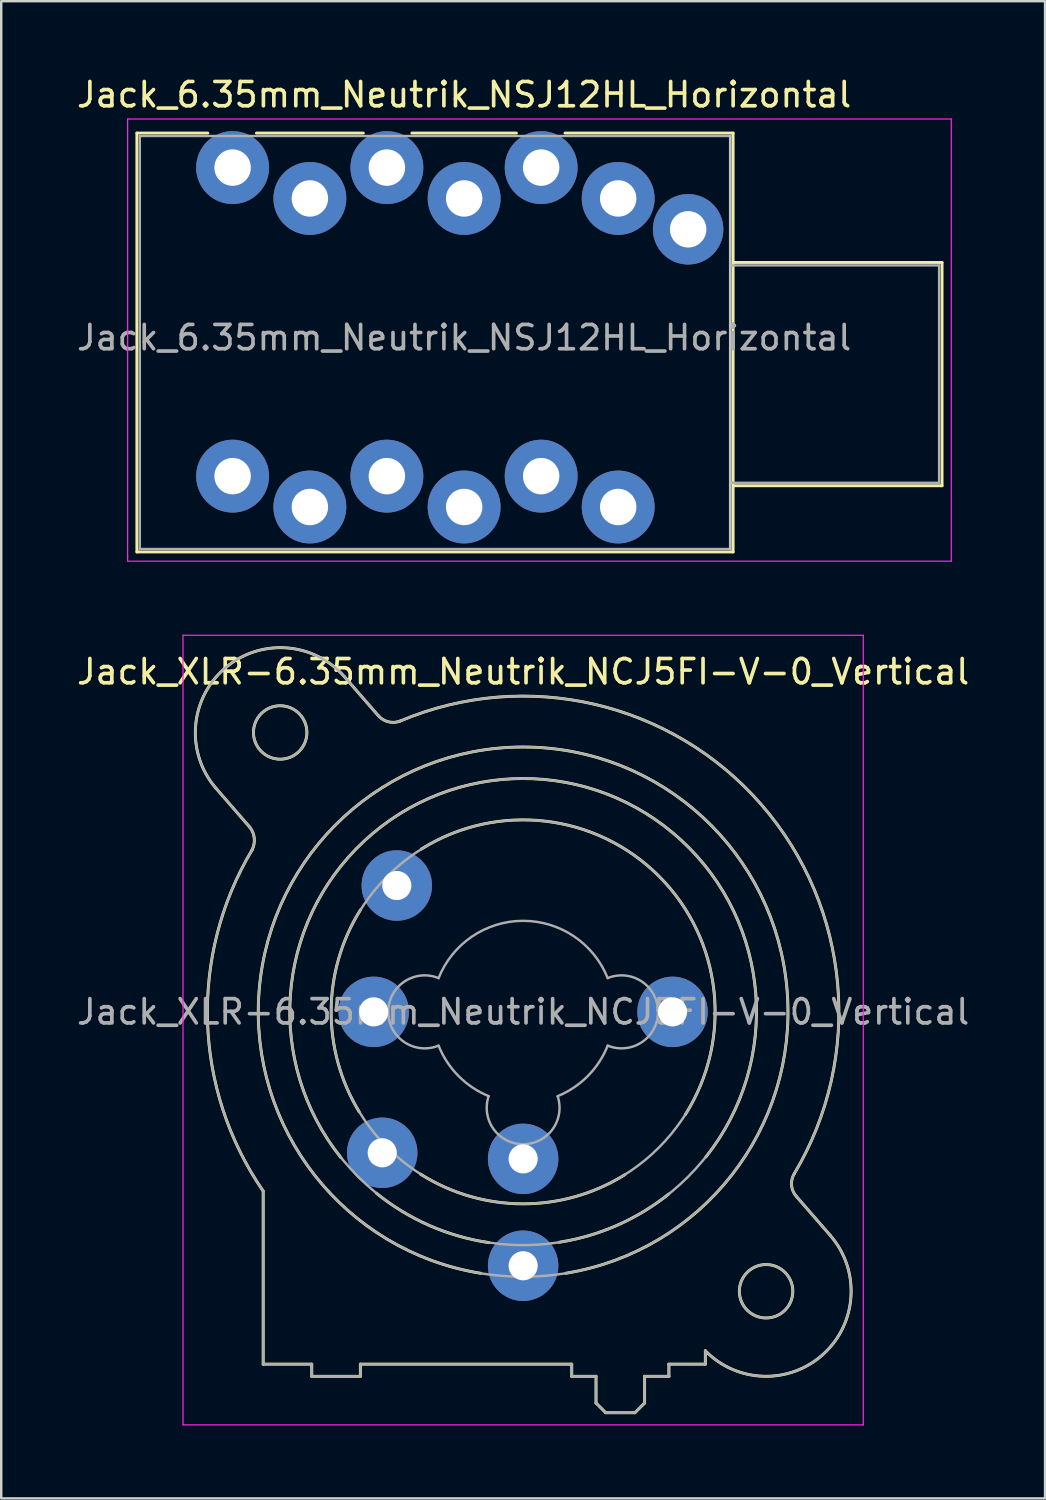
<source format=kicad_pcb>
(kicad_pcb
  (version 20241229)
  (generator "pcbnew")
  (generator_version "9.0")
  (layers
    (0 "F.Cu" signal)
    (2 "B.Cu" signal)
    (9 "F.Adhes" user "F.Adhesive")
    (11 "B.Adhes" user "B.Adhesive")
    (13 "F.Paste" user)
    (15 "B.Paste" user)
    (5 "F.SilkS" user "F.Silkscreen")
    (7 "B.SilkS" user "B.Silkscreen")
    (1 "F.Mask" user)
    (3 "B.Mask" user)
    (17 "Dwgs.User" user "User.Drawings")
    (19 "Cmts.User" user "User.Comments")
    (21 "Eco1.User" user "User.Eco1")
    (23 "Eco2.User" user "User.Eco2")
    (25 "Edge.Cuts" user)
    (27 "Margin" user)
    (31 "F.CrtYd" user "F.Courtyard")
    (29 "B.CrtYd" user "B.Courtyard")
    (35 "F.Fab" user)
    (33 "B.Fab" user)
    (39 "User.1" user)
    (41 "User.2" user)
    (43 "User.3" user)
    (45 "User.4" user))
  (footprint "Jack_6.35mm_Neutrik_NSJ12HL_Horizontal"
    (layer "F.Cu")
    (at 6.524 3.848)
    (property "Reference" "Jack_6.35mm_Neutrik_NSJ12HL_Horizontal" (at 9.53 -3 0) (layer "F.SilkS") (effects (font (size 1 1) (thickness 0.15))))
    (attr through_hole)
    (fp_line (start -3.94 -1.42) (end -1.02 -1.42) (stroke (width 0.12) (type solid)) (layer "F.SilkS"))
    (fp_line (start -3.94 15.82) (end -3.94 -1.42) (stroke (width 0.12) (type solid)) (layer "F.SilkS"))
    (fp_line (start -3.94 15.82) (end 20.6 15.82) (stroke (width 0.12) (type solid)) (layer "F.SilkS"))
    (fp_line (start 0.98 -1.42) (end 5.38 -1.42) (stroke (width 0.12) (type solid)) (layer "F.SilkS"))
    (fp_line (start 7.38 -1.42) (end 11.68 -1.42) (stroke (width 0.12) (type solid)) (layer "F.SilkS"))
    (fp_line (start 13.68 -1.42) (end 20.6 -1.42) (stroke (width 0.12) (type solid)) (layer "F.SilkS"))
    (fp_line (start 20.6 -1.42) (end 20.6 15.82) (stroke (width 0.12) (type solid)) (layer "F.SilkS"))
    (fp_line (start 29.2 3.905) (end 20.6 3.905) (stroke (width 0.12) (type solid)) (layer "F.SilkS"))
    (fp_line (start 29.2 13.095) (end 20.6 13.095) (stroke (width 0.12) (type solid)) (layer "F.SilkS"))
    (fp_line (start 29.2 13.095) (end 29.2 3.905) (stroke (width 0.12) (type solid)) (layer "F.SilkS"))
    (fp_line (start 20.48 -1.3) (end 20.48 15.7) (stroke (width 0.1) (type solid)) (layer "Dwgs.User"))
    (fp_line (start -4.32 16.2) (end -4.32 -2) (stroke (width 0.05) (type solid)) (layer "F.CrtYd"))
    (fp_line (start -4.32 16.2) (end 29.58 16.2) (stroke (width 0.05) (type solid)) (layer "F.CrtYd"))
    (fp_line (start 29.58 -2) (end -4.32 -2) (stroke (width 0.05) (type solid)) (layer "F.CrtYd"))
    (fp_line (start 29.58 16.2) (end 29.58 -2) (stroke (width 0.05) (type solid)) (layer "F.CrtYd"))
    (fp_line (start -3.82 -1.3) (end 20.48 -1.3) (stroke (width 0.1) (type solid)) (layer "F.Fab"))
    (fp_line (start -3.82 15.7) (end -3.82 -1.3) (stroke (width 0.1) (type solid)) (layer "F.Fab"))
    (fp_line (start 20.48 -1.3) (end 20.48 15.7) (stroke (width 0.1) (type solid)) (layer "F.Fab"))
    (fp_line (start 20.48 12.975) (end 29.08 12.975) (stroke (width 0.1) (type solid)) (layer "F.Fab"))
    (fp_line (start 20.48 15.7) (end -3.82 15.7) (stroke (width 0.1) (type solid)) (layer "F.Fab"))
    (fp_line (start 29.08 4.025) (end 20.48 4.025) (stroke (width 0.1) (type solid)) (layer "F.Fab"))
    (fp_line (start 29.08 12.975) (end 29.08 4.025) (stroke (width 0.1) (type solid)) (layer "F.Fab"))
    (fp_text user "${REFERENCE}" (at 9.53 7 0) (layer "F.Fab") (effects (font (size 1 1) (thickness 0.15))))
    (pad "G" thru_hole circle (at 18.75 2.54) (size 2.9 2.9) (drill 1.5) (layers "*.Cu" "*.Mask"))
    (pad "R1" thru_hole circle (at 6.35 0) (size 3 3) (drill 1.5) (layers "*.Cu" "*.Mask"))
    (pad "R2" thru_hole circle (at 9.53 1.27) (size 3 3) (drill 1.5) (layers "*.Cu" "*.Mask"))
    (pad "RN1" thru_hole circle (at 6.35 12.7) (size 3 3) (drill 1.5) (layers "*.Cu" "*.Mask"))
    (pad "RN2" thru_hole circle (at 9.53 13.97) (size 3 3) (drill 1.5) (layers "*.Cu" "*.Mask"))
    (pad "S1" thru_hole circle (at 12.7 0) (size 3 3) (drill 1.5) (layers "*.Cu" "*.Mask"))
    (pad "S2" thru_hole circle (at 15.87 1.27) (size 3 3) (drill 1.5) (layers "*.Cu" "*.Mask"))
    (pad "SN1" thru_hole circle (at 12.7 12.7) (size 3 3) (drill 1.5) (layers "*.Cu" "*.Mask"))
    (pad "SN2" thru_hole circle (at 15.87 13.97) (size 3 3) (drill 1.5) (layers "*.Cu" "*.Mask"))
    (pad "T1" thru_hole circle (at 0 0) (size 3 3) (drill 1.5) (layers "*.Cu" "*.Mask"))
    (pad "T2" thru_hole circle (at 3.18 1.27) (size 3 3) (drill 1.5) (layers "*.Cu" "*.Mask"))
    (pad "TN1" thru_hole circle (at 0 12.7) (size 3 3) (drill 1.5) (layers "*.Cu" "*.Mask"))
    (pad "TN2" thru_hole circle (at 3.18 13.97) (size 3 3) (drill 1.5) (layers "*.Cu" "*.Mask")))
  (footprint "Jack_XLR-6.35mm_Neutrik_NCJ5FI-V-0_Vertical"
    (layer "F.Cu")
    (at 24.632 38.598)
    (property "Reference" "Jack_XLR-6.35mm_Neutrik_NCJ5FI-V-0_Vertical" (at -6.15 -14 0) (layer "F.SilkS") (effects (font (size 1 1) (thickness 0.15))))
    (attr through_hole)
    (fp_line (start -17.4 -7.6) (end -18.79 -9.2) (stroke (width 0.12) (type solid)) (layer "F.SilkS"))
    (fp_line (start -16.85 14.5) (end -16.85 7.38) (stroke (width 0.12) (type solid)) (layer "F.SilkS"))
    (fp_line (start -14.85 14.5) (end -16.85 14.5) (stroke (width 0.12) (type solid)) (layer "F.SilkS"))
    (fp_line (start -14.85 14.5) (end -14.85 15) (stroke (width 0.12) (type solid)) (layer "F.SilkS"))
    (fp_line (start -13.51 -13.8) (end -12.11 -12.19) (stroke (width 0.12) (type solid)) (layer "F.SilkS"))
    (fp_line (start -12.85 14.5) (end -12.85 15) (stroke (width 0.12) (type solid)) (layer "F.SilkS"))
    (fp_line (start -12.85 15) (end -14.85 15) (stroke (width 0.12) (type solid)) (layer "F.SilkS"))
    (fp_line (start -4.15 14.5) (end -12.85 14.5) (stroke (width 0.12) (type solid)) (layer "F.SilkS"))
    (fp_line (start -4.15 14.5) (end -4.15 15) (stroke (width 0.12) (type solid)) (layer "F.SilkS"))
    (fp_line (start -3.15 15) (end -4.15 15) (stroke (width 0.12) (type solid)) (layer "F.SilkS"))
    (fp_line (start -3.15 15) (end -3.15 16.1) (stroke (width 0.12) (type solid)) (layer "F.SilkS"))
    (fp_line (start -3.15 16.1) (end -2.75 16.5) (stroke (width 0.12) (type solid)) (layer "F.SilkS"))
    (fp_line (start -1.55 16.5) (end -2.75 16.5) (stroke (width 0.12) (type solid)) (layer "F.SilkS"))
    (fp_line (start -1.15 15) (end -1.15 16.1) (stroke (width 0.12) (type solid)) (layer "F.SilkS"))
    (fp_line (start -1.15 16.1) (end -1.55 16.5) (stroke (width 0.12) (type solid)) (layer "F.SilkS"))
    (fp_line (start -0.15 14.5) (end -0.15 15) (stroke (width 0.12) (type solid)) (layer "F.SilkS"))
    (fp_line (start -0.15 15) (end -1.15 15) (stroke (width 0.12) (type solid)) (layer "F.SilkS"))
    (fp_line (start 1.35 13.95) (end 1.35 14.5) (stroke (width 0.12) (type solid)) (layer "F.SilkS"))
    (fp_line (start 1.35 14.5) (end -0.15 14.5) (stroke (width 0.12) (type solid)) (layer "F.SilkS"))
    (fp_line (start 5.1 7.6) (end 6.49 9.2) (stroke (width 0.12) (type solid)) (layer "F.SilkS"))
    (fp_arc (start -18.79 -9.2) (mid -18.45 -14.14) (end -13.51 -13.8) (stroke (width 0.12) (type solid)) (layer "F.SilkS"))
    (fp_arc (start -17.400452 -7.59955) (mid -17.216295 -7.14315) (end -17.31 -6.66) (stroke (width 0.12) (type solid)) (layer "F.SilkS"))
    (fp_arc (start -16.851206 7.374645) (mid -19.139261 0.42462) (end -17.31 -6.66) (stroke (width 0.12) (type solid)) (layer "F.SilkS"))
    (fp_arc (start -13.65 6) (mid -6.168408 -9.604669) (end 1.372943 5.971208) (stroke (width 0.12) (type solid)) (layer "F.SilkS"))
    (fp_arc (start -12.9 4.11) (mid -14.052663 -0.0501) (end -12.847348 -4.195251) (stroke (width 0.12) (type solid)) (layer "F.SilkS"))
    (fp_arc (start -11.201352 -11.974349) (mid 3.655031 -8.530097) (end 5.01 6.66) (stroke (width 0.12) (type solid)) (layer "F.SilkS"))
    (fp_arc (start -11.177539 -11.981856) (mid -11.677484 -11.93489) (end -12.11 -12.19) (stroke (width 0.12) (type solid)) (layer "F.SilkS"))
    (fp_arc (start -10.34 -6.7) (mid -0.544787 -5.570251) (end 0.523653 4.231839) (stroke (width 0.12) (type solid)) (layer "F.SilkS"))
    (fp_arc (start -7.9 10.76) (mid -6.152346 -10.90138) (end -4.395368 10.759246) (stroke (width 0.12) (type solid)) (layer "F.SilkS"))
    (fp_arc (start -7.55 9.5) (mid -10.007174 8.793873) (end -12.190932 7.464391) (stroke (width 0.12) (type solid)) (layer "F.SilkS"))
    (fp_arc (start -1.96 6.7) (mid -6.167825 7.902264) (end -10.370184 6.681029) (stroke (width 0.12) (type solid)) (layer "F.SilkS"))
    (fp_arc (start -0.16 7.5) (mid -2.282236 8.784674) (end -4.662837 9.482534) (stroke (width 0.12) (type solid)) (layer "F.SilkS"))
    (fp_arc (start 5.109394 7.611661) (mid 4.900255 7.152483) (end 5.01 6.66) (stroke (width 0.12) (type solid)) (layer "F.SilkS"))
    (fp_arc (start 6.49 9.2) (mid 6.227307 14.070606) (end 1.351052 13.95252) (stroke (width 0.12) (type solid)) (layer "F.SilkS"))
    (fp_circle (center -16.15 -11.5) (end -15.05 -11.5) (stroke (width 0.12) (type solid)) (fill no) (layer "F.SilkS"))
    (fp_circle (center 3.85 11.5) (end 4.95 11.5) (stroke (width 0.12) (type solid)) (fill no) (layer "F.SilkS"))
    (fp_line (start -20.15 -15.5) (end 7.85 -15.5) (stroke (width 0.05) (type solid)) (layer "F.CrtYd"))
    (fp_line (start -20.15 17) (end -20.15 -15.5) (stroke (width 0.05) (type solid)) (layer "F.CrtYd"))
    (fp_line (start 7.85 -15.5) (end 7.85 17) (stroke (width 0.05) (type solid)) (layer "F.CrtYd"))
    (fp_line (start 7.85 17) (end -20.15 17) (stroke (width 0.05) (type solid)) (layer "F.CrtYd"))
    (fp_line (start -17.4 -7.6) (end -18.79 -9.2) (stroke (width 0.1) (type solid)) (layer "F.Fab"))
    (fp_line (start -16.85 14.5) (end -16.85 7.38) (stroke (width 0.1) (type solid)) (layer "F.Fab"))
    (fp_line (start -14.85 14.5) (end -16.85 14.5) (stroke (width 0.1) (type solid)) (layer "F.Fab"))
    (fp_line (start -14.85 14.5) (end -14.85 15) (stroke (width 0.1) (type solid)) (layer "F.Fab"))
    (fp_line (start -13.51 -13.8) (end -12.11 -12.19) (stroke (width 0.1) (type solid)) (layer "F.Fab"))
    (fp_line (start -12.85 14.5) (end -12.85 15) (stroke (width 0.1) (type solid)) (layer "F.Fab"))
    (fp_line (start -12.85 15) (end -14.85 15) (stroke (width 0.1) (type solid)) (layer "F.Fab"))
    (fp_line (start -4.15 14.5) (end -12.85 14.5) (stroke (width 0.1) (type solid)) (layer "F.Fab"))
    (fp_line (start -4.15 14.5) (end -4.15 15) (stroke (width 0.1) (type solid)) (layer "F.Fab"))
    (fp_line (start -3.15 15) (end -4.15 15) (stroke (width 0.1) (type solid)) (layer "F.Fab"))
    (fp_line (start -3.15 15) (end -3.15 16.1) (stroke (width 0.1) (type solid)) (layer "F.Fab"))
    (fp_line (start -3.15 16.1) (end -2.75 16.5) (stroke (width 0.1) (type solid)) (layer "F.Fab"))
    (fp_line (start -1.55 16.5) (end -2.75 16.5) (stroke (width 0.1) (type solid)) (layer "F.Fab"))
    (fp_line (start -1.15 15) (end -1.15 16.1) (stroke (width 0.1) (type solid)) (layer "F.Fab"))
    (fp_line (start -1.15 16.1) (end -1.55 16.5) (stroke (width 0.1) (type solid)) (layer "F.Fab"))
    (fp_line (start -0.15 14.5) (end -0.15 15) (stroke (width 0.1) (type solid)) (layer "F.Fab"))
    (fp_line (start -0.15 15) (end -1.15 15) (stroke (width 0.1) (type solid)) (layer "F.Fab"))
    (fp_line (start 1.35 13.95) (end 1.35 14.5) (stroke (width 0.1) (type solid)) (layer "F.Fab"))
    (fp_line (start 1.35 14.5) (end -0.15 14.5) (stroke (width 0.1) (type solid)) (layer "F.Fab"))
    (fp_line (start 5.1 7.6) (end 6.49 9.2) (stroke (width 0.1) (type solid)) (layer "F.Fab"))
    (fp_arc (start -18.79 -9.2) (mid -18.45 -14.14) (end -13.51 -13.8) (stroke (width 0.1) (type solid)) (layer "F.Fab"))
    (fp_arc (start -17.400452 -7.59955) (mid -17.216295 -7.14315) (end -17.31 -6.66) (stroke (width 0.1) (type solid)) (layer "F.Fab"))
    (fp_arc (start -16.851206 7.374645) (mid -19.139261 0.42462) (end -17.31 -6.66) (stroke (width 0.1) (type solid)) (layer "F.Fab"))
    (fp_arc (start -11.201352 -11.974349) (mid 3.655031 -8.530097) (end 5.01 6.66) (stroke (width 0.1) (type solid)) (layer "F.Fab"))
    (fp_arc (start -11.177539 -11.981856) (mid -11.677484 -11.93489) (end -12.11 -12.19) (stroke (width 0.1) (type solid)) (layer "F.Fab"))
    (fp_arc (start -9.634717 1.391925) (mid -11.702329 -0.002547) (end -9.63 -1.39) (stroke (width 0.1) (type solid)) (layer "F.Fab"))
    (fp_arc (start -9.631116 -1.387204) (mid -6.151505 -3.747333) (end -2.67 -1.39) (stroke (width 0.1) (type solid)) (layer "F.Fab"))
    (fp_arc (start -7.567529 3.468878) (mid -8.810241 2.639246) (end -9.63 1.39) (stroke (width 0.1) (type solid)) (layer "F.Fab"))
    (fp_arc (start -4.729599 3.471189) (mid -6.150627 5.448932) (end -7.57 3.47) (stroke (width 0.1) (type solid)) (layer "F.Fab"))
    (fp_arc (start -2.667476 1.389002) (mid -3.487046 2.639314) (end -4.73 3.47) (stroke (width 0.1) (type solid)) (layer "F.Fab"))
    (fp_arc (start -2.665283 -1.391925) (mid -0.597671 0.002547) (end -2.67 1.39) (stroke (width 0.1) (type solid)) (layer "F.Fab"))
    (fp_arc (start 5.109394 7.611661) (mid 4.900255 7.152483) (end 5.01 6.66) (stroke (width 0.1) (type solid)) (layer "F.Fab"))
    (fp_arc (start 6.49 9.2) (mid 6.227307 14.070606) (end 1.351052 13.95252) (stroke (width 0.1) (type solid)) (layer "F.Fab"))
    (fp_circle (center -16.15 -11.5) (end -15.05 -11.5) (stroke (width 0.1) (type solid)) (fill no) (layer "F.Fab"))
    (fp_circle (center -6.15 0) (end 1.75 0) (stroke (width 0.1) (type solid)) (fill no) (layer "F.Fab"))
    (fp_circle (center -6.15 0) (end 3.45 0) (stroke (width 0.1) (type solid)) (fill no) (layer "F.Fab"))
    (fp_circle (center -6.15 0) (end 4.75 0) (stroke (width 0.1) (type solid)) (fill no) (layer "F.Fab"))
    (fp_circle (center 3.85 11.5) (end 4.95 11.5) (stroke (width 0.1) (type solid)) (fill no) (layer "F.Fab"))
    (fp_text user "${REFERENCE}" (at -6.15 0 0) (layer "F.Fab") (effects (font (size 1 1) (thickness 0.15))))
    (pad "1" thru_hole circle (at 0 0) (size 2.9 2.9) (drill 1.2) (layers "*.Cu" "*.Mask"))
    (pad "2" thru_hole circle (at -12.3 0) (size 2.9 2.9) (drill 1.2) (layers "*.Cu" "*.Mask"))
    (pad "3" thru_hole circle (at -6.15 6.05) (size 2.9 2.9) (drill 1.2) (layers "*.Cu" "*.Mask"))
    (pad "G" thru_hole circle (at -6.15 10.45) (size 2.9 2.9) (drill 1.2) (layers "*.Cu" "*.Mask"))
    (pad "S" thru_hole circle (at -11.95 5.8) (size 2.9 2.9) (drill 1.2) (layers "*.Cu" "*.Mask"))
    (pad "T" thru_hole circle (at -11.35 -5.2) (size 2.9 2.9) (drill 1.2) (layers "*.Cu" "*.Mask")))
  (gr_rect
    (start -3 -3)
    (end 39.964 58.623)
    (stroke (width 0.1) (type default))
    (fill no)
    (layer "Edge.Cuts")))
</source>
